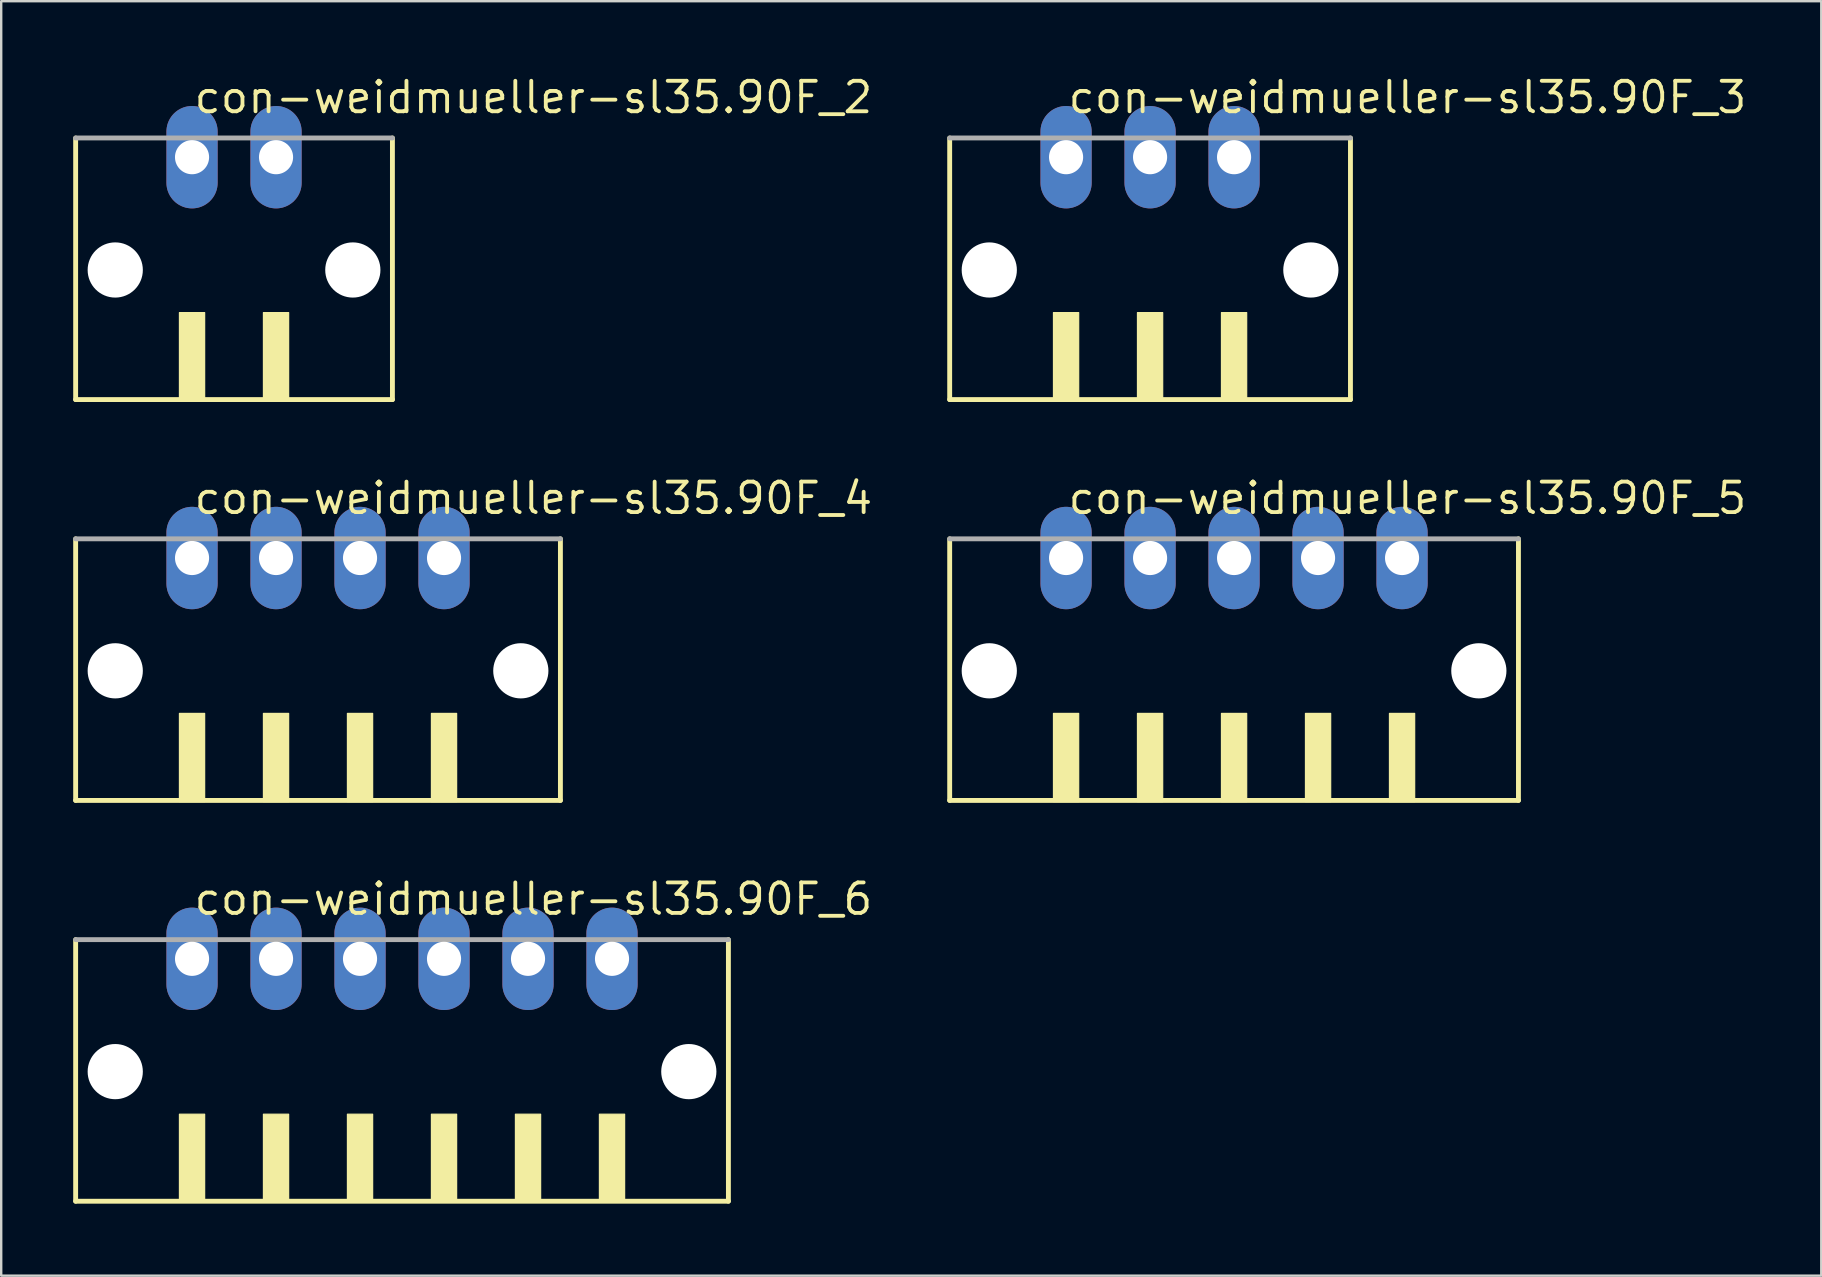
<source format=kicad_pcb>
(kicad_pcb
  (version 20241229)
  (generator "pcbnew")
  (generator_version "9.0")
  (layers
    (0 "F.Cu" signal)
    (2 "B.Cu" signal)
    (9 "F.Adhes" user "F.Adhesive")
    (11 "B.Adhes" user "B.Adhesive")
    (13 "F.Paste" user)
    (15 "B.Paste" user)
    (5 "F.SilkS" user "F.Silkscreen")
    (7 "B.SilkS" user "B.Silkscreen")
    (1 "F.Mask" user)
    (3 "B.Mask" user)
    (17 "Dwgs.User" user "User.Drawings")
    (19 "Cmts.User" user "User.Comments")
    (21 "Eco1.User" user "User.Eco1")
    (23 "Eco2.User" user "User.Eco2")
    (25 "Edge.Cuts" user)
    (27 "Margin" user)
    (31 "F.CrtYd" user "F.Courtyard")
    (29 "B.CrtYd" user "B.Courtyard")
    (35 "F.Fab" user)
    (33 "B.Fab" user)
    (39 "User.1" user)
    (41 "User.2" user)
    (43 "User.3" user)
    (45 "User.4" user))
  (footprint "con-weidmueller-sl35.90F_5"
    (layer "F.Cu")
    (at 48.372 25.452)
    (property "Reference" "con-weidmueller-sl35.90F_5" (at -7 -7 0) (layer "F.SilkS") (effects (font (size 1.27 1.27) (thickness 0.16)) (justify left bottom)))
    (attr through_hole)
    (fp_line (start -11.85 -6.05) (end -11.85 4.85) (stroke (width 0.203) (type default)) (layer "F.SilkS"))
    (fp_line (start -11.85 4.85) (end 11.85 4.85) (stroke (width 0.203) (type default)) (layer "F.SilkS"))
    (fp_line (start 11.85 4.85) (end 11.85 -6.05) (stroke (width 0.203) (type default)) (layer "F.SilkS"))
    (fp_rect (start -7.525 4.9) (end -6.475 1.225) (stroke (width 0.05) (type default)) (fill yes) (layer "F.SilkS"))
    (fp_rect (start -4.025 4.9) (end -2.975 1.225) (stroke (width 0.05) (type default)) (fill yes) (layer "F.SilkS"))
    (fp_rect (start -0.525 4.9) (end 0.525 1.225) (stroke (width 0.05) (type default)) (fill yes) (layer "F.SilkS"))
    (fp_rect (start 2.975 4.9) (end 4.025 1.225) (stroke (width 0.05) (type default)) (fill yes) (layer "F.SilkS"))
    (fp_rect (start 6.475 4.9) (end 7.525 1.225) (stroke (width 0.05) (type default)) (fill yes) (layer "F.SilkS"))
    (fp_line (start 11.85 -6.05) (end -11.85 -6.05) (stroke (width 0.203) (type default)) (layer "F.Fab"))
    (pad "" np_thru_hole circle (at -10.2 -0.55) (size 2.3 2.3) (drill 2.3) (layers "*.Cu" "*.Mask"))
    (pad "" np_thru_hole circle (at 10.2 -0.55) (size 2.3 2.3) (drill 2.3) (layers "*.Cu" "*.Mask"))
    (pad "1" thru_hole oval (at -7 -5.25 90) (size 4.267 2.134) (drill 1.422) (layers "*.Cu" "*.Mask"))
    (pad "2" thru_hole oval (at -3.5 -5.25 90) (size 4.267 2.134) (drill 1.422) (layers "*.Cu" "*.Mask"))
    (pad "3" thru_hole oval (at 0 -5.25 90) (size 4.267 2.134) (drill 1.422) (layers "*.Cu" "*.Mask"))
    (pad "4" thru_hole oval (at 3.5 -5.25 90) (size 4.267 2.134) (drill 1.422) (layers "*.Cu" "*.Mask"))
    (pad "5" thru_hole oval (at 7 -5.25 90) (size 4.267 2.134) (drill 1.422) (layers "*.Cu" "*.Mask")))
  (footprint "con-weidmueller-sl35.90F_4"
    (layer "F.Cu")
    (at 10.202 25.452)
    (property "Reference" "con-weidmueller-sl35.90F_4" (at -5.25 -7 0) (layer "F.SilkS") (effects (font (size 1.27 1.27) (thickness 0.16)) (justify left bottom)))
    (attr through_hole)
    (fp_line (start -10.1 -6.05) (end -10.1 4.85) (stroke (width 0.203) (type default)) (layer "F.SilkS"))
    (fp_line (start -10.1 4.85) (end 10.1 4.85) (stroke (width 0.203) (type default)) (layer "F.SilkS"))
    (fp_line (start 10.1 4.85) (end 10.1 -6.05) (stroke (width 0.203) (type default)) (layer "F.SilkS"))
    (fp_rect (start -5.775 4.9) (end -4.725 1.225) (stroke (width 0.05) (type default)) (fill yes) (layer "F.SilkS"))
    (fp_rect (start -2.275 4.9) (end -1.225 1.225) (stroke (width 0.05) (type default)) (fill yes) (layer "F.SilkS"))
    (fp_rect (start 1.225 4.9) (end 2.275 1.225) (stroke (width 0.05) (type default)) (fill yes) (layer "F.SilkS"))
    (fp_rect (start 4.725 4.9) (end 5.775 1.225) (stroke (width 0.05) (type default)) (fill yes) (layer "F.SilkS"))
    (fp_line (start 10.1 -6.05) (end -10.1 -6.05) (stroke (width 0.203) (type default)) (layer "F.Fab"))
    (pad "" np_thru_hole circle (at -8.45 -0.55) (size 2.3 2.3) (drill 2.3) (layers "*.Cu" "*.Mask"))
    (pad "" np_thru_hole circle (at 8.45 -0.55) (size 2.3 2.3) (drill 2.3) (layers "*.Cu" "*.Mask"))
    (pad "1" thru_hole oval (at -5.25 -5.25 90) (size 4.267 2.134) (drill 1.422) (layers "*.Cu" "*.Mask"))
    (pad "2" thru_hole oval (at -1.75 -5.25 90) (size 4.267 2.134) (drill 1.422) (layers "*.Cu" "*.Mask"))
    (pad "3" thru_hole oval (at 1.75 -5.25 90) (size 4.267 2.134) (drill 1.422) (layers "*.Cu" "*.Mask"))
    (pad "4" thru_hole oval (at 5.25 -5.25 90) (size 4.267 2.134) (drill 1.422) (layers "*.Cu" "*.Mask")))
  (footprint "con-weidmueller-sl35.90F_2"
    (layer "F.Cu")
    (at 6.702 8.75)
    (property "Reference" "con-weidmueller-sl35.90F_2" (at -1.75 -7 0) (layer "F.SilkS") (effects (font (size 1.27 1.27) (thickness 0.16)) (justify left bottom)))
    (attr through_hole)
    (fp_line (start -6.6 -6.05) (end -6.6 4.85) (stroke (width 0.203) (type default)) (layer "F.SilkS"))
    (fp_line (start -6.6 4.85) (end 6.6 4.85) (stroke (width 0.203) (type default)) (layer "F.SilkS"))
    (fp_line (start 6.6 4.85) (end 6.6 -6.05) (stroke (width 0.203) (type default)) (layer "F.SilkS"))
    (fp_rect (start -2.275 4.9) (end -1.225 1.225) (stroke (width 0.05) (type default)) (fill yes) (layer "F.SilkS"))
    (fp_rect (start 1.225 4.9) (end 2.275 1.225) (stroke (width 0.05) (type default)) (fill yes) (layer "F.SilkS"))
    (fp_line (start 6.6 -6.05) (end -6.6 -6.05) (stroke (width 0.203) (type default)) (layer "F.Fab"))
    (pad "" np_thru_hole circle (at -4.95 -0.55) (size 2.3 2.3) (drill 2.3) (layers "*.Cu" "*.Mask"))
    (pad "" np_thru_hole circle (at 4.95 -0.55) (size 2.3 2.3) (drill 2.3) (layers "*.Cu" "*.Mask"))
    (pad "1" thru_hole oval (at -1.75 -5.25 90) (size 4.267 2.134) (drill 1.422) (layers "*.Cu" "*.Mask"))
    (pad "2" thru_hole oval (at 1.75 -5.25 90) (size 4.267 2.134) (drill 1.422) (layers "*.Cu" "*.Mask")))
  (footprint "con-weidmueller-sl35.90F_3"
    (layer "F.Cu")
    (at 44.872 8.75)
    (property "Reference" "con-weidmueller-sl35.90F_3" (at -3.5 -7 0) (layer "F.SilkS") (effects (font (size 1.27 1.27) (thickness 0.16)) (justify left bottom)))
    (attr through_hole)
    (fp_line (start -8.35 -6.05) (end -8.35 4.85) (stroke (width 0.203) (type default)) (layer "F.SilkS"))
    (fp_line (start -8.35 4.85) (end 8.35 4.85) (stroke (width 0.203) (type default)) (layer "F.SilkS"))
    (fp_line (start 8.35 4.85) (end 8.35 -6.05) (stroke (width 0.203) (type default)) (layer "F.SilkS"))
    (fp_rect (start -4.025 4.9) (end -2.975 1.225) (stroke (width 0.05) (type default)) (fill yes) (layer "F.SilkS"))
    (fp_rect (start -0.525 4.9) (end 0.525 1.225) (stroke (width 0.05) (type default)) (fill yes) (layer "F.SilkS"))
    (fp_rect (start 2.975 4.9) (end 4.025 1.225) (stroke (width 0.05) (type default)) (fill yes) (layer "F.SilkS"))
    (fp_line (start 8.35 -6.05) (end -8.35 -6.05) (stroke (width 0.203) (type default)) (layer "F.Fab"))
    (pad "" np_thru_hole circle (at -6.7 -0.55) (size 2.3 2.3) (drill 2.3) (layers "*.Cu" "*.Mask"))
    (pad "" np_thru_hole circle (at 6.7 -0.55) (size 2.3 2.3) (drill 2.3) (layers "*.Cu" "*.Mask"))
    (pad "1" thru_hole oval (at -3.5 -5.25 90) (size 4.267 2.134) (drill 1.422) (layers "*.Cu" "*.Mask"))
    (pad "2" thru_hole oval (at 0 -5.25 90) (size 4.267 2.134) (drill 1.422) (layers "*.Cu" "*.Mask"))
    (pad "3" thru_hole oval (at 3.5 -5.25 90) (size 4.267 2.134) (drill 1.422) (layers "*.Cu" "*.Mask")))
  (footprint "con-weidmueller-sl35.90F_6"
    (layer "F.Cu")
    (at 13.702 42.153)
    (property "Reference" "con-weidmueller-sl35.90F_6" (at -8.75 -7 0) (layer "F.SilkS") (effects (font (size 1.27 1.27) (thickness 0.16)) (justify left bottom)))
    (attr through_hole)
    (fp_line (start -13.6 -6.05) (end -13.6 4.85) (stroke (width 0.203) (type default)) (layer "F.SilkS"))
    (fp_line (start -13.6 4.85) (end 13.6 4.85) (stroke (width 0.203) (type default)) (layer "F.SilkS"))
    (fp_line (start 13.6 4.85) (end 13.6 -6.05) (stroke (width 0.203) (type default)) (layer "F.SilkS"))
    (fp_rect (start -9.275 4.9) (end -8.225 1.225) (stroke (width 0.05) (type default)) (fill yes) (layer "F.SilkS"))
    (fp_rect (start -5.775 4.9) (end -4.725 1.225) (stroke (width 0.05) (type default)) (fill yes) (layer "F.SilkS"))
    (fp_rect (start -2.275 4.9) (end -1.225 1.225) (stroke (width 0.05) (type default)) (fill yes) (layer "F.SilkS"))
    (fp_rect (start 1.225 4.9) (end 2.275 1.225) (stroke (width 0.05) (type default)) (fill yes) (layer "F.SilkS"))
    (fp_rect (start 4.725 4.9) (end 5.775 1.225) (stroke (width 0.05) (type default)) (fill yes) (layer "F.SilkS"))
    (fp_rect (start 8.225 4.9) (end 9.275 1.225) (stroke (width 0.05) (type default)) (fill yes) (layer "F.SilkS"))
    (fp_line (start 13.6 -6.05) (end -13.6 -6.05) (stroke (width 0.203) (type default)) (layer "F.Fab"))
    (pad "" np_thru_hole circle (at -11.95 -0.55) (size 2.3 2.3) (drill 2.3) (layers "*.Cu" "*.Mask"))
    (pad "" np_thru_hole circle (at 11.95 -0.55) (size 2.3 2.3) (drill 2.3) (layers "*.Cu" "*.Mask"))
    (pad "1" thru_hole oval (at -8.75 -5.25 90) (size 4.267 2.134) (drill 1.422) (layers "*.Cu" "*.Mask"))
    (pad "2" thru_hole oval (at -5.25 -5.25 90) (size 4.267 2.134) (drill 1.422) (layers "*.Cu" "*.Mask"))
    (pad "3" thru_hole oval (at -1.75 -5.25 90) (size 4.267 2.134) (drill 1.422) (layers "*.Cu" "*.Mask"))
    (pad "4" thru_hole oval (at 1.75 -5.25 90) (size 4.267 2.134) (drill 1.422) (layers "*.Cu" "*.Mask"))
    (pad "5" thru_hole oval (at 5.25 -5.25 90) (size 4.267 2.134) (drill 1.422) (layers "*.Cu" "*.Mask"))
    (pad "6" thru_hole oval (at 8.75 -5.25 90) (size 4.267 2.134) (drill 1.422) (layers "*.Cu" "*.Mask")))
  (gr_rect
    (start -3 -3)
    (end 72.84 50.105)
    (stroke (width 0.1) (type default))
    (fill no)
    (layer "Edge.Cuts")))
</source>
